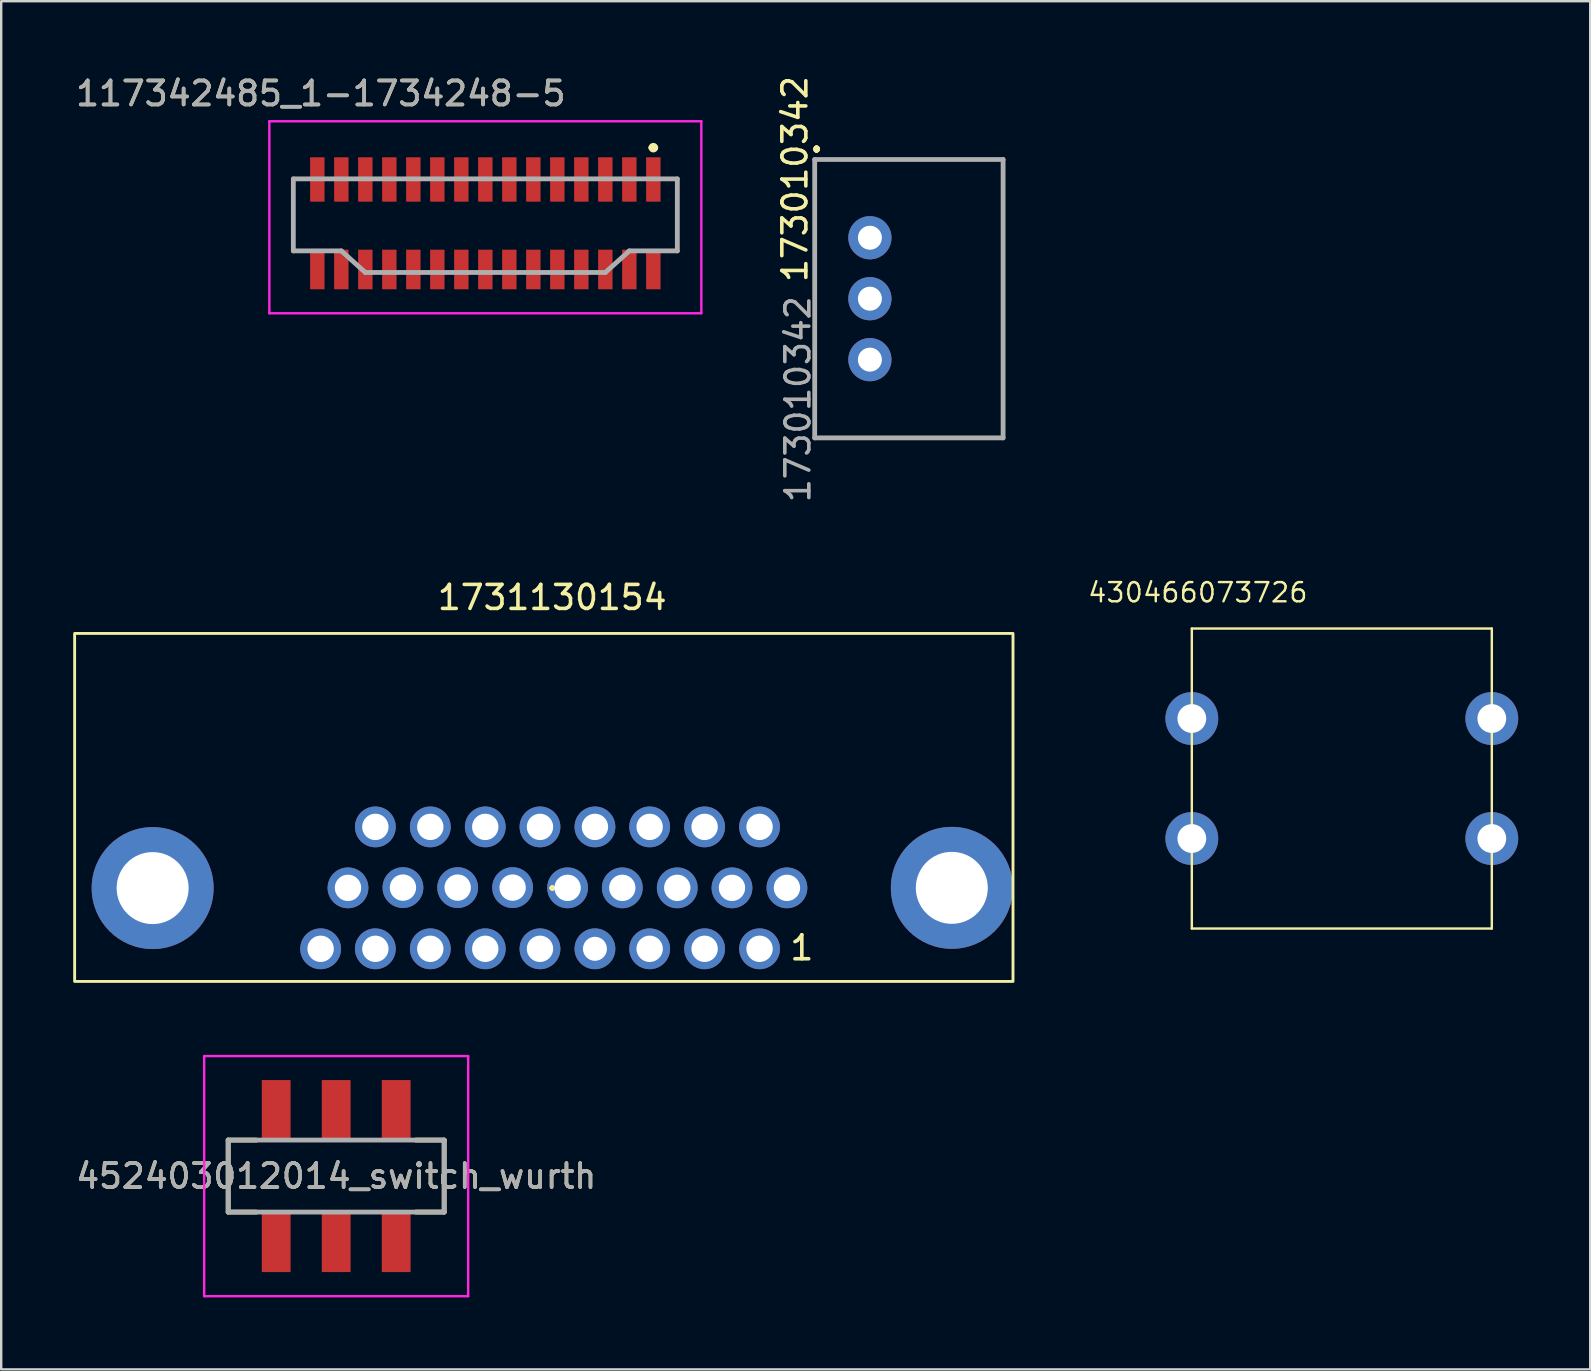
<source format=kicad_pcb>
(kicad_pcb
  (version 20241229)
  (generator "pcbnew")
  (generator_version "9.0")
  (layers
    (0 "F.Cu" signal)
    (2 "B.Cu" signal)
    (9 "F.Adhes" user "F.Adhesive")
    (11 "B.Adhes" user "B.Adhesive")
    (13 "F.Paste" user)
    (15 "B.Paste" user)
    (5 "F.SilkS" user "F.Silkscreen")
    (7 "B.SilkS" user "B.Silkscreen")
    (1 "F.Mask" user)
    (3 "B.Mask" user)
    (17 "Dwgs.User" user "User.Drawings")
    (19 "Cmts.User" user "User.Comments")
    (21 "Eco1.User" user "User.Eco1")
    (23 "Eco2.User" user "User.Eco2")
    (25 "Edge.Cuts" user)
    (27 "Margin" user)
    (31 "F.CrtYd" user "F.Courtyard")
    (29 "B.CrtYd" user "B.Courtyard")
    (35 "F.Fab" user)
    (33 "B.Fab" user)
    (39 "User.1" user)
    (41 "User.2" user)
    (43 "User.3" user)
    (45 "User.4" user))
  (footprint "430466073726"
    (layer "F.Cu")
    (at 52.861 29.39)
    (property "Reference" "430466073726" (at -6 -7.75 0) (layer "F.SilkS") (effects (font (size 0.8 0.8) (thickness 0.1))))
    (attr through_hole)
    (fp_line (start -6.25 -6.25) (end -6.25 6.25) (stroke (width 0.1) (type solid)) (layer "F.SilkS"))
    (fp_line (start -6.25 6.25) (end 6.25 6.25) (stroke (width 0.1) (type solid)) (layer "F.SilkS"))
    (fp_line (start 6.25 -6.25) (end -6.25 -6.25) (stroke (width 0.1) (type solid)) (layer "F.SilkS"))
    (fp_line (start 6.25 -6.25) (end 6.25 6.25) (stroke (width 0.1) (type solid)) (layer "F.SilkS"))
    (pad "1" thru_hole circle (at -6.25 -2.5) (size 2.2 2.2) (drill 1.2) (layers "*.Cu" "*.Mask"))
    (pad "2" thru_hole circle (at -6.25 2.5) (size 2.2 2.2) (drill 1.2) (layers "*.Cu" "*.Mask"))
    (pad "3" thru_hole circle (at 6.25 -2.5) (size 2.2 2.2) (drill 1.2) (layers "*.Cu" "*.Mask"))
    (pad "4" thru_hole circle (at 6.25 2.5) (size 2.2 2.2) (drill 1.2) (layers "*.Cu" "*.Mask")))
  (footprint "452403012014_switch_wurth"
    (layer "F.Cu")
    (at 10.958 45.955)
    (property "Reference" "452403012014_switch_wurth" (at 0 0.002 0) (layer "F.SilkS") (effects (font (size 1 1) (thickness 0.15))))
    (attr smd)
    (fp_line (start -4.5 -1.5) (end -4.5 1.5) (stroke (width 0.2) (type solid)) (layer "F.SilkS"))
    (fp_line (start -4.5 -1.5) (end -3.323 -1.5) (stroke (width 0.2) (type solid)) (layer "F.SilkS"))
    (fp_line (start -4.5 1.5) (end -3.323 1.5) (stroke (width 0.2) (type solid)) (layer "F.SilkS"))
    (fp_line (start 4.5 -1.5) (end 3.323 -1.5) (stroke (width 0.2) (type solid)) (layer "F.SilkS"))
    (fp_line (start 4.5 1.5) (end 3.323 1.5) (stroke (width 0.2) (type solid)) (layer "F.SilkS"))
    (fp_line (start 4.5 1.5) (end 4.5 -1.5) (stroke (width 0.2) (type solid)) (layer "F.SilkS"))
    (fp_line (start -5.5 -5) (end 5.5 -5) (stroke (width 0.1) (type solid)) (layer "F.CrtYd"))
    (fp_line (start -5.5 5.004) (end -5.5 -5) (stroke (width 0.1) (type solid)) (layer "F.CrtYd"))
    (fp_line (start 5.5 -5) (end 5.5 5.004) (stroke (width 0.1) (type solid)) (layer "F.CrtYd"))
    (fp_line (start 5.5 5.004) (end -5.5 5.004) (stroke (width 0.1) (type solid)) (layer "F.CrtYd"))
    (fp_line (start -4.5 -1.5) (end 4.5 -1.5) (stroke (width 0.2) (type solid)) (layer "F.Fab"))
    (fp_line (start -4.5 1.5) (end -4.5 -1.5) (stroke (width 0.2) (type solid)) (layer "F.Fab"))
    (fp_line (start 4.5 -1.5) (end 4.5 1.5) (stroke (width 0.2) (type solid)) (layer "F.Fab"))
    (fp_line (start 4.5 1.5) (end -4.5 1.5) (stroke (width 0.2) (type solid)) (layer "F.Fab"))
    (fp_text user "${REFERENCE}" (at 0 0.002 0) (layer "F.Fab") (effects (font (size 1 1) (thickness 0.15))))
    (pad "1" smd rect (at -2.5 -2.75) (size 1.2 2.5) (layers "F.Cu" "F.Mask" "F.Paste"))
    (pad "2" smd rect (at 0 -2.75) (size 1.2 2.5) (layers "F.Cu" "F.Mask" "F.Paste"))
    (pad "3" smd rect (at 2.5 -2.75) (size 1.2 2.5) (layers "F.Cu" "F.Mask" "F.Paste"))
    (pad "4" smd rect (at -2.5 2.75) (size 1.2 2.5) (layers "F.Cu" "F.Mask" "F.Paste"))
    (pad "5" smd rect (at 0 2.75) (size 1.2 2.5) (layers "F.Cu" "F.Mask" "F.Paste"))
    (pad "6" smd rect (at 2.5 2.75) (size 1.2 2.5) (layers "F.Cu" "F.Mask" "F.Paste")))
  (footprint "1731130154"
    (layer "F.Cu")
    (at 19.96 33.945)
    (property "Reference" "1731130154" (at 0 -12.1 0) (unlocked yes) (layer "F.SilkS") (effects (font (size 1 1) (thickness 0.15))))
    (attr through_hole)
    (fp_rect (start 19.2 3.9) (end -19.9 -10.6) (stroke (width 0.12) (type solid)) (fill no) (layer "F.SilkS"))
    (fp_text user "." (at 0 -0.4 0) (unlocked yes) (layer "F.SilkS") (effects (font (size 1 1) (thickness 0.15))))
    (fp_text user "1" (at 10.4 2.5 0) (unlocked yes) (layer "F.SilkS") (effects (font (size 1 1) (thickness 0.15))))
    (pad "1" thru_hole circle (at 8.64 2.54) (size 1.7 1.7) (drill 1.1) (layers "*.Cu" "*.Mask"))
    (pad "2" thru_hole circle (at 6.35 2.54) (size 1.7 1.7) (drill 1.1) (layers "*.Cu" "*.Mask"))
    (pad "3" thru_hole circle (at 4.06 2.54) (size 1.7 1.7) (drill 1.1) (layers "*.Cu" "*.Mask"))
    (pad "4" thru_hole circle (at 1.78 2.54) (size 1.7 1.7) (drill 1) (layers "*.Cu" "*.Mask"))
    (pad "5" thru_hole circle (at -0.51 2.54) (size 1.7 1.7) (drill 1.1) (layers "*.Cu" "*.Mask"))
    (pad "6" thru_hole circle (at -2.79 2.54) (size 1.7 1.7) (drill 1.1) (layers "*.Cu" "*.Mask"))
    (pad "7" thru_hole circle (at -5.08 2.54) (size 1.7 1.7) (drill 1.1) (layers "*.Cu" "*.Mask"))
    (pad "8" thru_hole circle (at -7.37 2.54) (size 1.7 1.7) (drill 1.1) (layers "*.Cu" "*.Mask"))
    (pad "9" thru_hole circle (at -9.65 2.54) (size 1.7 1.7) (drill 1.1) (layers "*.Cu" "*.Mask"))
    (pad "10" thru_hole circle (at 9.78 0) (size 1.7 1.7) (drill 1.1) (layers "*.Cu" "*.Mask"))
    (pad "11" thru_hole circle (at 7.49 0) (size 1.7 1.7) (drill 1.1) (layers "*.Cu" "*.Mask"))
    (pad "12" thru_hole circle (at 5.21 0) (size 1.7 1.7) (drill 1.1) (layers "*.Cu" "*.Mask"))
    (pad "13" thru_hole circle (at 2.92 0) (size 1.7 1.7) (drill 1.1) (layers "*.Cu" "*.Mask"))
    (pad "14" thru_hole circle (at 0.64 0) (size 1.7 1.7) (drill 1.1) (layers "*.Cu" "*.Mask"))
    (pad "15" thru_hole circle (at -1.65 -0.01) (size 1.7 1.7) (drill 1.1) (layers "*.Cu" "*.Mask"))
    (pad "16" thru_hole circle (at -3.94 -0.01) (size 1.7 1.7) (drill 1.1) (layers "*.Cu" "*.Mask"))
    (pad "17" thru_hole circle (at -6.22 -0.01) (size 1.7 1.7) (drill 1.1) (layers "*.Cu" "*.Mask"))
    (pad "18" thru_hole circle (at -8.51 0) (size 1.7 1.7) (drill 1.1) (layers "*.Cu" "*.Mask"))
    (pad "19" thru_hole circle (at 8.64 -2.54) (size 1.7 1.7) (drill 1.1) (layers "*.Cu" "*.Mask"))
    (pad "20" thru_hole circle (at 6.35 -2.54) (size 1.7 1.7) (drill 1.1) (layers "*.Cu" "*.Mask"))
    (pad "21" thru_hole circle (at 4.06 -2.54) (size 1.7 1.7) (drill 1.1) (layers "*.Cu" "*.Mask"))
    (pad "22" thru_hole circle (at 1.78 -2.54) (size 1.7 1.7) (drill 1.1) (layers "*.Cu" "*.Mask"))
    (pad "23" thru_hole circle (at -0.51 -2.54) (size 1.7 1.7) (drill 1.1) (layers "*.Cu" "*.Mask"))
    (pad "24" thru_hole circle (at -2.79 -2.54) (size 1.7 1.7) (drill 1.1) (layers "*.Cu" "*.Mask"))
    (pad "25" thru_hole circle (at -5.08 -2.54) (size 1.7 1.7) (drill 1.1) (layers "*.Cu" "*.Mask"))
    (pad "26" thru_hole circle (at -7.37 -2.54) (size 1.7 1.7) (drill 1.1) (layers "*.Cu" "*.Mask"))
    (pad "27" thru_hole circle (at -16.65 0.01) (size 5.08 5.08) (drill 3) (layers "*.Cu" "*.Mask"))
    (pad "27" thru_hole circle (at 16.65 0) (size 5.08 5.08) (drill 3) (layers "*.Cu" "*.Mask")))
  (footprint "173010342"
    (layer "F.Cu")
    (at 35.422 9.461)
    (property "Reference" "173010342" (at -5.35 -5.05 90) (layer "F.SilkS") (effects (font (size 1 1) (thickness 0.15))))
    (attr through_hole)
    (fp_line (start -4.525 -5.865) (end 3.325 -5.865) (stroke (width 0.1) (type solid)) (layer "F.SilkS"))
    (fp_line (start -4.525 5.735) (end -4.525 -5.865) (stroke (width 0.1) (type solid)) (layer "F.SilkS"))
    (fp_line (start -4.45 -6.35) (end -4.45 -6.35) (stroke (width 0.2) (type solid)) (layer "F.SilkS"))
    (fp_line (start -4.45 -6.25) (end -4.45 -6.25) (stroke (width 0.2) (type solid)) (layer "F.SilkS"))
    (fp_line (start -4.45 -6.25) (end -4.45 -6.25) (stroke (width 0.2) (type solid)) (layer "F.SilkS"))
    (fp_line (start 3.325 -5.865) (end 3.325 5.735) (stroke (width 0.1) (type solid)) (layer "F.SilkS"))
    (fp_line (start 3.325 5.735) (end -4.525 5.735) (stroke (width 0.1) (type solid)) (layer "F.SilkS"))
    (fp_arc (start -4.45 -6.35) (mid -4.4 -6.3) (end -4.45 -6.25) (stroke (width 0.2) (type solid)) (layer "F.SilkS"))
    (fp_arc (start -4.45 -6.35) (mid -4.4 -6.3) (end -4.45 -6.25) (stroke (width 0.2) (type solid)) (layer "F.SilkS"))
    (fp_arc (start -4.45 -6.25) (mid -4.5 -6.3) (end -4.45 -6.35) (stroke (width 0.2) (type solid)) (layer "F.SilkS"))
    (fp_line (start -4.525 -5.865) (end 3.325 -5.865) (stroke (width 0.2) (type solid)) (layer "F.Fab"))
    (fp_line (start -4.525 5.735) (end -4.525 -5.865) (stroke (width 0.2) (type solid)) (layer "F.Fab"))
    (fp_line (start 3.325 -5.865) (end 3.325 5.735) (stroke (width 0.2) (type solid)) (layer "F.Fab"))
    (fp_line (start 3.325 5.735) (end -4.525 5.735) (stroke (width 0.2) (type solid)) (layer "F.Fab"))
    (fp_text user "${REFERENCE}" (at -5.225 4.125 90) (layer "F.Fab") (effects (font (size 1 1) (thickness 0.15))))
    (pad "1" thru_hole circle (at -2.225 -2.605 90) (size 1.8 1.8) (drill 1) (layers "*.Cu" "*.Mask"))
    (pad "2" thru_hole circle (at -2.225 -0.065 90) (size 1.8 1.8) (drill 1) (layers "*.Cu" "*.Mask"))
    (pad "3" thru_hole circle (at -2.225 2.475 90) (size 1.8 1.8) (drill 1) (layers "*.Cu" "*.Mask")))
  (footprint "117342485_1-1734248-5"
    (layer "F.Cu")
    (at 17.173 4.404)
    (property "Reference" "117342485_1-1734248-5" (at -6.858 -3.556 0) (layer "F.SilkS") (effects (font (size 1 1) (thickness 0.15))))
    (attr smd)
    (fp_line (start -8 0) (end -8 3) (stroke (width 0.1) (type solid)) (layer "F.SilkS"))
    (fp_line (start 6.9 -1.3) (end 6.9 -1.3) (stroke (width 0.2) (type solid)) (layer "F.SilkS"))
    (fp_line (start 7.1 -1.3) (end 7.1 -1.3) (stroke (width 0.2) (type solid)) (layer "F.SilkS"))
    (fp_line (start 8 0) (end 8 3) (stroke (width 0.1) (type solid)) (layer "F.SilkS"))
    (fp_arc (start 6.9 -1.3) (mid 7 -1.4) (end 7.1 -1.3) (stroke (width 0.2) (type solid)) (layer "F.SilkS"))
    (fp_arc (start 7.1 -1.3) (mid 7 -1.2) (end 6.9 -1.3) (stroke (width 0.2) (type solid)) (layer "F.SilkS"))
    (fp_line (start -9 -2.4) (end 9 -2.4) (stroke (width 0.1) (type solid)) (layer "F.CrtYd"))
    (fp_line (start -9 5.6) (end -9 -2.4) (stroke (width 0.1) (type solid)) (layer "F.CrtYd"))
    (fp_line (start 9 -2.4) (end 9 5.6) (stroke (width 0.1) (type solid)) (layer "F.CrtYd"))
    (fp_line (start 9 5.6) (end -9 5.6) (stroke (width 0.1) (type solid)) (layer "F.CrtYd"))
    (fp_line (start -8 0) (end -8 3) (stroke (width 0.2) (type solid)) (layer "F.Fab"))
    (fp_line (start -8 3) (end -6 3) (stroke (width 0.2) (type solid)) (layer "F.Fab"))
    (fp_line (start -6 3) (end -5 3.9) (stroke (width 0.2) (type solid)) (layer "F.Fab"))
    (fp_line (start -5 3.9) (end 5 3.9) (stroke (width 0.2) (type solid)) (layer "F.Fab"))
    (fp_line (start 5 3.9) (end 6 3) (stroke (width 0.2) (type solid)) (layer "F.Fab"))
    (fp_line (start 6 3) (end 8 3) (stroke (width 0.2) (type solid)) (layer "F.Fab"))
    (fp_line (start 8 0) (end -8 0) (stroke (width 0.2) (type solid)) (layer "F.Fab"))
    (fp_line (start 8 3) (end 8 0) (stroke (width 0.2) (type solid)) (layer "F.Fab"))
    (fp_text user "${REFERENCE}" (at -6.858 -3.556 0) (layer "F.Fab") (effects (font (size 1 1) (thickness 0.15))))
    (pad "A1" smd rect (at 7 0.025) (size 0.6 1.85) (layers "F.Cu" "F.Mask" "F.Paste"))
    (pad "A2" smd rect (at 6 0.025) (size 0.6 1.85) (layers "F.Cu" "F.Mask" "F.Paste"))
    (pad "A3" smd rect (at 5 0.025) (size 0.6 1.85) (layers "F.Cu" "F.Mask" "F.Paste"))
    (pad "A4" smd rect (at 4 0.025) (size 0.6 1.85) (layers "F.Cu" "F.Mask" "F.Paste"))
    (pad "A5" smd rect (at 3 0.025) (size 0.6 1.85) (layers "F.Cu" "F.Mask" "F.Paste"))
    (pad "A6" smd rect (at 2 0.025) (size 0.6 1.85) (layers "F.Cu" "F.Mask" "F.Paste"))
    (pad "A7" smd rect (at 1 0.025) (size 0.6 1.85) (layers "F.Cu" "F.Mask" "F.Paste"))
    (pad "A8" smd rect (at 0 0.025) (size 0.6 1.85) (layers "F.Cu" "F.Mask" "F.Paste"))
    (pad "A9" smd rect (at -1 0.025) (size 0.6 1.85) (layers "F.Cu" "F.Mask" "F.Paste"))
    (pad "A10" smd rect (at -2 0.025) (size 0.6 1.85) (layers "F.Cu" "F.Mask" "F.Paste"))
    (pad "A11" smd rect (at -3 0.025) (size 0.6 1.85) (layers "F.Cu" "F.Mask" "F.Paste"))
    (pad "A12" smd rect (at -4 0.025) (size 0.6 1.85) (layers "F.Cu" "F.Mask" "F.Paste"))
    (pad "A13" smd rect (at -5 0.025) (size 0.6 1.85) (layers "F.Cu" "F.Mask" "F.Paste"))
    (pad "A14" smd rect (at -6 0.025) (size 0.6 1.85) (layers "F.Cu" "F.Mask" "F.Paste"))
    (pad "A15" smd rect (at -7 0.025) (size 0.6 1.85) (layers "F.Cu" "F.Mask" "F.Paste"))
    (pad "B1" smd rect (at 7 3.775) (size 0.6 1.65) (layers "F.Cu" "F.Mask" "F.Paste"))
    (pad "B2" smd rect (at 6 3.775) (size 0.6 1.65) (layers "F.Cu" "F.Mask" "F.Paste"))
    (pad "B3" smd rect (at 5 3.775) (size 0.6 1.65) (layers "F.Cu" "F.Mask" "F.Paste"))
    (pad "B4" smd rect (at 4 3.775) (size 0.6 1.65) (layers "F.Cu" "F.Mask" "F.Paste"))
    (pad "B5" smd rect (at 3 3.775) (size 0.6 1.65) (layers "F.Cu" "F.Mask" "F.Paste"))
    (pad "B6" smd rect (at 2 3.775) (size 0.6 1.65) (layers "F.Cu" "F.Mask" "F.Paste"))
    (pad "B7" smd rect (at 1 3.775) (size 0.6 1.65) (layers "F.Cu" "F.Mask" "F.Paste"))
    (pad "B8" smd rect (at 0 3.775) (size 0.6 1.65) (layers "F.Cu" "F.Mask" "F.Paste"))
    (pad "B9" smd rect (at -1 3.775) (size 0.6 1.65) (layers "F.Cu" "F.Mask" "F.Paste"))
    (pad "B10" smd rect (at -2 3.775) (size 0.6 1.65) (layers "F.Cu" "F.Mask" "F.Paste"))
    (pad "B11" smd rect (at -3 3.775) (size 0.6 1.65) (layers "F.Cu" "F.Mask" "F.Paste"))
    (pad "B12" smd rect (at -4 3.775) (size 0.6 1.65) (layers "F.Cu" "F.Mask" "F.Paste"))
    (pad "B13" smd rect (at -5 3.775) (size 0.6 1.65) (layers "F.Cu" "F.Mask" "F.Paste"))
    (pad "B14" smd rect (at -6 3.775) (size 0.6 1.65) (layers "F.Cu" "F.Mask" "F.Paste"))
    (pad "B15" smd rect (at -7 3.775) (size 0.6 1.65) (layers "F.Cu" "F.Mask" "F.Paste")))
  (gr_rect
    (start -3 -3)
    (end 63.211 54.009)
    (stroke (width 0.1) (type default))
    (fill no)
    (layer "Edge.Cuts")))
</source>
